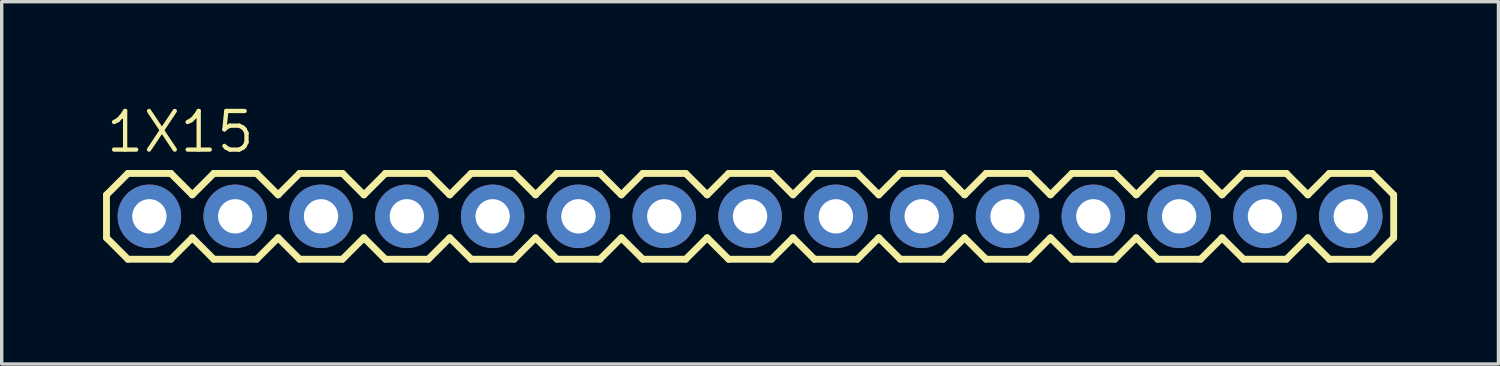
<source format=kicad_pcb>
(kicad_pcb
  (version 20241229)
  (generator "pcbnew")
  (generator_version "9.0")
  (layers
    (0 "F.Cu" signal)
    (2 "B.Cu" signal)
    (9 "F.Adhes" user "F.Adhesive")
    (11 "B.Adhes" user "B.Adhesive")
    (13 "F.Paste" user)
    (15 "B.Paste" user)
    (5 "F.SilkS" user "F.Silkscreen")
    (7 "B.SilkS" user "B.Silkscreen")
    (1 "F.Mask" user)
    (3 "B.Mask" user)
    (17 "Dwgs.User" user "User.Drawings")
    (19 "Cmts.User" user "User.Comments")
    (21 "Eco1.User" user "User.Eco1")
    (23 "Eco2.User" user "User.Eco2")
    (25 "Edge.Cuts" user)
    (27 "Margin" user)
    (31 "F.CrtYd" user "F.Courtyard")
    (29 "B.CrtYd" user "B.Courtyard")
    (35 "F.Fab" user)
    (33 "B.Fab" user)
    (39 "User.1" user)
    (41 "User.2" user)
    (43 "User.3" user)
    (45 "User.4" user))
  (footprint "1X15"
    (layer "F.Cu")
    (at 1.372 3.353)
    (property "Reference" "1X15" (at -1.346 -1.829 0) (unlocked yes) (layer "F.SilkS") (effects (font (size 1.143 1.143) (thickness 0.127)) (justify left bottom)))
    (fp_line (start -1.27 -0.635) (end -1.27 0.635) (stroke (width 0.203) (type solid)) (layer "F.SilkS"))
    (fp_line (start -1.27 0.635) (end -0.635 1.27) (stroke (width 0.203) (type solid)) (layer "F.SilkS"))
    (fp_line (start -0.635 -1.27) (end -1.27 -0.635) (stroke (width 0.203) (type solid)) (layer "F.SilkS"))
    (fp_line (start -0.635 -1.27) (end 0.635 -1.27) (stroke (width 0.203) (type solid)) (layer "F.SilkS"))
    (fp_line (start 0.635 -1.27) (end 1.27 -0.635) (stroke (width 0.203) (type solid)) (layer "F.SilkS"))
    (fp_line (start 0.635 1.27) (end -0.635 1.27) (stroke (width 0.203) (type solid)) (layer "F.SilkS"))
    (fp_line (start 1.27 -0.635) (end 1.905 -1.27) (stroke (width 0.203) (type solid)) (layer "F.SilkS"))
    (fp_line (start 1.27 0.635) (end 0.635 1.27) (stroke (width 0.203) (type solid)) (layer "F.SilkS"))
    (fp_line (start 1.905 -1.27) (end 3.175 -1.27) (stroke (width 0.203) (type solid)) (layer "F.SilkS"))
    (fp_line (start 1.905 1.27) (end 1.27 0.635) (stroke (width 0.203) (type solid)) (layer "F.SilkS"))
    (fp_line (start 3.175 -1.27) (end 3.81 -0.635) (stroke (width 0.203) (type solid)) (layer "F.SilkS"))
    (fp_line (start 3.175 1.27) (end 1.905 1.27) (stroke (width 0.203) (type solid)) (layer "F.SilkS"))
    (fp_line (start 3.81 -0.635) (end 4.445 -1.27) (stroke (width 0.203) (type solid)) (layer "F.SilkS"))
    (fp_line (start 3.81 0.635) (end 3.175 1.27) (stroke (width 0.203) (type solid)) (layer "F.SilkS"))
    (fp_line (start 4.445 -1.27) (end 5.715 -1.27) (stroke (width 0.203) (type solid)) (layer "F.SilkS"))
    (fp_line (start 4.445 1.27) (end 3.81 0.635) (stroke (width 0.203) (type solid)) (layer "F.SilkS"))
    (fp_line (start 5.715 -1.27) (end 6.35 -0.635) (stroke (width 0.203) (type solid)) (layer "F.SilkS"))
    (fp_line (start 5.715 1.27) (end 4.445 1.27) (stroke (width 0.203) (type solid)) (layer "F.SilkS"))
    (fp_line (start 6.35 0.635) (end 5.715 1.27) (stroke (width 0.203) (type solid)) (layer "F.SilkS"))
    (fp_line (start 6.35 0.635) (end 6.985 1.27) (stroke (width 0.203) (type solid)) (layer "F.SilkS"))
    (fp_line (start 6.985 -1.27) (end 6.35 -0.635) (stroke (width 0.203) (type solid)) (layer "F.SilkS"))
    (fp_line (start 6.985 -1.27) (end 8.255 -1.27) (stroke (width 0.203) (type solid)) (layer "F.SilkS"))
    (fp_line (start 8.255 -1.27) (end 8.89 -0.635) (stroke (width 0.203) (type solid)) (layer "F.SilkS"))
    (fp_line (start 8.255 1.27) (end 6.985 1.27) (stroke (width 0.203) (type solid)) (layer "F.SilkS"))
    (fp_line (start 8.89 -0.635) (end 9.525 -1.27) (stroke (width 0.203) (type solid)) (layer "F.SilkS"))
    (fp_line (start 8.89 0.635) (end 8.255 1.27) (stroke (width 0.203) (type solid)) (layer "F.SilkS"))
    (fp_line (start 9.525 -1.27) (end 10.795 -1.27) (stroke (width 0.203) (type solid)) (layer "F.SilkS"))
    (fp_line (start 9.525 1.27) (end 8.89 0.635) (stroke (width 0.203) (type solid)) (layer "F.SilkS"))
    (fp_line (start 10.795 -1.27) (end 11.43 -0.635) (stroke (width 0.203) (type solid)) (layer "F.SilkS"))
    (fp_line (start 10.795 1.27) (end 9.525 1.27) (stroke (width 0.203) (type solid)) (layer "F.SilkS"))
    (fp_line (start 11.43 -0.635) (end 12.065 -1.27) (stroke (width 0.203) (type solid)) (layer "F.SilkS"))
    (fp_line (start 11.43 0.635) (end 10.795 1.27) (stroke (width 0.203) (type solid)) (layer "F.SilkS"))
    (fp_line (start 12.065 -1.27) (end 13.335 -1.27) (stroke (width 0.203) (type solid)) (layer "F.SilkS"))
    (fp_line (start 12.065 1.27) (end 11.43 0.635) (stroke (width 0.203) (type solid)) (layer "F.SilkS"))
    (fp_line (start 13.335 -1.27) (end 13.97 -0.635) (stroke (width 0.203) (type solid)) (layer "F.SilkS"))
    (fp_line (start 13.335 1.27) (end 12.065 1.27) (stroke (width 0.203) (type solid)) (layer "F.SilkS"))
    (fp_line (start 13.97 0.635) (end 13.335 1.27) (stroke (width 0.203) (type solid)) (layer "F.SilkS"))
    (fp_line (start 13.97 0.635) (end 14.605 1.27) (stroke (width 0.203) (type solid)) (layer "F.SilkS"))
    (fp_line (start 14.605 -1.27) (end 13.97 -0.635) (stroke (width 0.203) (type solid)) (layer "F.SilkS"))
    (fp_line (start 14.605 -1.27) (end 15.875 -1.27) (stroke (width 0.203) (type solid)) (layer "F.SilkS"))
    (fp_line (start 15.875 -1.27) (end 16.51 -0.635) (stroke (width 0.203) (type solid)) (layer "F.SilkS"))
    (fp_line (start 15.875 1.27) (end 14.605 1.27) (stroke (width 0.203) (type solid)) (layer "F.SilkS"))
    (fp_line (start 16.51 0.635) (end 15.875 1.27) (stroke (width 0.203) (type solid)) (layer "F.SilkS"))
    (fp_line (start 16.51 0.635) (end 17.145 1.27) (stroke (width 0.203) (type solid)) (layer "F.SilkS"))
    (fp_line (start 17.145 -1.27) (end 16.51 -0.635) (stroke (width 0.203) (type solid)) (layer "F.SilkS"))
    (fp_line (start 17.145 -1.27) (end 18.415 -1.27) (stroke (width 0.203) (type solid)) (layer "F.SilkS"))
    (fp_line (start 18.415 -1.27) (end 19.05 -0.635) (stroke (width 0.203) (type solid)) (layer "F.SilkS"))
    (fp_line (start 18.415 1.27) (end 17.145 1.27) (stroke (width 0.203) (type solid)) (layer "F.SilkS"))
    (fp_line (start 19.05 -0.635) (end 19.685 -1.27) (stroke (width 0.203) (type solid)) (layer "F.SilkS"))
    (fp_line (start 19.05 0.635) (end 18.415 1.27) (stroke (width 0.203) (type solid)) (layer "F.SilkS"))
    (fp_line (start 19.685 -1.27) (end 20.955 -1.27) (stroke (width 0.203) (type solid)) (layer "F.SilkS"))
    (fp_line (start 19.685 1.27) (end 19.05 0.635) (stroke (width 0.203) (type solid)) (layer "F.SilkS"))
    (fp_line (start 20.955 -1.27) (end 21.59 -0.635) (stroke (width 0.203) (type solid)) (layer "F.SilkS"))
    (fp_line (start 20.955 1.27) (end 19.685 1.27) (stroke (width 0.203) (type solid)) (layer "F.SilkS"))
    (fp_line (start 21.59 -0.635) (end 22.225 -1.27) (stroke (width 0.203) (type solid)) (layer "F.SilkS"))
    (fp_line (start 21.59 0.635) (end 20.955 1.27) (stroke (width 0.203) (type solid)) (layer "F.SilkS"))
    (fp_line (start 22.225 -1.27) (end 23.495 -1.27) (stroke (width 0.203) (type solid)) (layer "F.SilkS"))
    (fp_line (start 22.225 1.27) (end 21.59 0.635) (stroke (width 0.203) (type solid)) (layer "F.SilkS"))
    (fp_line (start 23.495 -1.27) (end 24.13 -0.635) (stroke (width 0.203) (type solid)) (layer "F.SilkS"))
    (fp_line (start 23.495 1.27) (end 22.225 1.27) (stroke (width 0.203) (type solid)) (layer "F.SilkS"))
    (fp_line (start 24.13 0.635) (end 23.495 1.27) (stroke (width 0.203) (type solid)) (layer "F.SilkS"))
    (fp_line (start 24.13 0.635) (end 24.765 1.27) (stroke (width 0.203) (type solid)) (layer "F.SilkS"))
    (fp_line (start 24.765 -1.27) (end 24.13 -0.635) (stroke (width 0.203) (type solid)) (layer "F.SilkS"))
    (fp_line (start 24.765 -1.27) (end 26.035 -1.27) (stroke (width 0.203) (type solid)) (layer "F.SilkS"))
    (fp_line (start 26.035 -1.27) (end 26.67 -0.635) (stroke (width 0.203) (type solid)) (layer "F.SilkS"))
    (fp_line (start 26.035 1.27) (end 24.765 1.27) (stroke (width 0.203) (type solid)) (layer "F.SilkS"))
    (fp_line (start 26.67 -0.635) (end 27.305 -1.27) (stroke (width 0.203) (type solid)) (layer "F.SilkS"))
    (fp_line (start 26.67 0.635) (end 26.035 1.27) (stroke (width 0.203) (type solid)) (layer "F.SilkS"))
    (fp_line (start 27.305 -1.27) (end 28.575 -1.27) (stroke (width 0.203) (type solid)) (layer "F.SilkS"))
    (fp_line (start 27.305 1.27) (end 26.67 0.635) (stroke (width 0.203) (type solid)) (layer "F.SilkS"))
    (fp_line (start 28.575 -1.27) (end 29.21 -0.635) (stroke (width 0.203) (type solid)) (layer "F.SilkS"))
    (fp_line (start 28.575 1.27) (end 27.305 1.27) (stroke (width 0.203) (type solid)) (layer "F.SilkS"))
    (fp_line (start 29.21 -0.635) (end 29.845 -1.27) (stroke (width 0.203) (type solid)) (layer "F.SilkS"))
    (fp_line (start 29.21 0.635) (end 28.575 1.27) (stroke (width 0.203) (type solid)) (layer "F.SilkS"))
    (fp_line (start 29.845 -1.27) (end 31.115 -1.27) (stroke (width 0.203) (type solid)) (layer "F.SilkS"))
    (fp_line (start 29.845 1.27) (end 29.21 0.635) (stroke (width 0.203) (type solid)) (layer "F.SilkS"))
    (fp_line (start 31.115 -1.27) (end 31.75 -0.635) (stroke (width 0.203) (type solid)) (layer "F.SilkS"))
    (fp_line (start 31.115 1.27) (end 29.845 1.27) (stroke (width 0.203) (type solid)) (layer "F.SilkS"))
    (fp_line (start 31.75 0.635) (end 31.115 1.27) (stroke (width 0.203) (type solid)) (layer "F.SilkS"))
    (fp_line (start 31.75 0.635) (end 32.385 1.27) (stroke (width 0.203) (type solid)) (layer "F.SilkS"))
    (fp_line (start 32.385 -1.27) (end 31.75 -0.635) (stroke (width 0.203) (type solid)) (layer "F.SilkS"))
    (fp_line (start 32.385 -1.27) (end 33.655 -1.27) (stroke (width 0.203) (type solid)) (layer "F.SilkS"))
    (fp_line (start 33.655 -1.27) (end 34.29 -0.635) (stroke (width 0.203) (type solid)) (layer "F.SilkS"))
    (fp_line (start 33.655 1.27) (end 32.385 1.27) (stroke (width 0.203) (type solid)) (layer "F.SilkS"))
    (fp_line (start 34.29 0.635) (end 33.655 1.27) (stroke (width 0.203) (type solid)) (layer "F.SilkS"))
    (fp_line (start 34.29 0.635) (end 34.925 1.27) (stroke (width 0.203) (type solid)) (layer "F.SilkS"))
    (fp_line (start 34.925 -1.27) (end 34.29 -0.635) (stroke (width 0.203) (type solid)) (layer "F.SilkS"))
    (fp_line (start 34.925 -1.27) (end 36.195 -1.27) (stroke (width 0.203) (type solid)) (layer "F.SilkS"))
    (fp_line (start 36.195 -1.27) (end 36.83 -0.635) (stroke (width 0.203) (type solid)) (layer "F.SilkS"))
    (fp_line (start 36.195 1.27) (end 34.925 1.27) (stroke (width 0.203) (type solid)) (layer "F.SilkS"))
    (fp_line (start 36.83 -0.635) (end 36.83 0.635) (stroke (width 0.203) (type solid)) (layer "F.SilkS"))
    (fp_line (start 36.83 0.635) (end 36.195 1.27) (stroke (width 0.203) (type solid)) (layer "F.SilkS"))
    (fp_poly (pts (xy -0.254 0.254) (xy 0.254 0.254) (xy 0.254 -0.254) (xy -0.254 -0.254)) (stroke (width 0.1) (type default)) (fill no) (layer "F.Fab"))
    (fp_poly (pts (xy 2.286 0.254) (xy 2.794 0.254) (xy 2.794 -0.254) (xy 2.286 -0.254)) (stroke (width 0.1) (type default)) (fill no) (layer "F.Fab"))
    (fp_poly (pts (xy 4.826 0.254) (xy 5.334 0.254) (xy 5.334 -0.254) (xy 4.826 -0.254)) (stroke (width 0.1) (type default)) (fill no) (layer "F.Fab"))
    (fp_poly (pts (xy 7.366 0.254) (xy 7.874 0.254) (xy 7.874 -0.254) (xy 7.366 -0.254)) (stroke (width 0.1) (type default)) (fill no) (layer "F.Fab"))
    (fp_poly (pts (xy 9.906 0.254) (xy 10.414 0.254) (xy 10.414 -0.254) (xy 9.906 -0.254)) (stroke (width 0.1) (type default)) (fill no) (layer "F.Fab"))
    (fp_poly (pts (xy 12.446 0.254) (xy 12.954 0.254) (xy 12.954 -0.254) (xy 12.446 -0.254)) (stroke (width 0.1) (type default)) (fill no) (layer "F.Fab"))
    (fp_poly (pts (xy 14.986 0.254) (xy 15.494 0.254) (xy 15.494 -0.254) (xy 14.986 -0.254)) (stroke (width 0.1) (type default)) (fill no) (layer "F.Fab"))
    (fp_poly (pts (xy 17.526 0.254) (xy 18.034 0.254) (xy 18.034 -0.254) (xy 17.526 -0.254)) (stroke (width 0.1) (type default)) (fill no) (layer "F.Fab"))
    (fp_poly (pts (xy 20.066 0.254) (xy 20.574 0.254) (xy 20.574 -0.254) (xy 20.066 -0.254)) (stroke (width 0.1) (type default)) (fill no) (layer "F.Fab"))
    (fp_poly (pts (xy 22.606 0.254) (xy 23.114 0.254) (xy 23.114 -0.254) (xy 22.606 -0.254)) (stroke (width 0.1) (type default)) (fill no) (layer "F.Fab"))
    (fp_poly (pts (xy 25.146 0.254) (xy 25.654 0.254) (xy 25.654 -0.254) (xy 25.146 -0.254)) (stroke (width 0.1) (type default)) (fill no) (layer "F.Fab"))
    (fp_poly (pts (xy 27.686 0.254) (xy 28.194 0.254) (xy 28.194 -0.254) (xy 27.686 -0.254)) (stroke (width 0.1) (type default)) (fill no) (layer "F.Fab"))
    (fp_poly (pts (xy 30.226 0.254) (xy 30.734 0.254) (xy 30.734 -0.254) (xy 30.226 -0.254)) (stroke (width 0.1) (type default)) (fill no) (layer "F.Fab"))
    (fp_poly (pts (xy 32.766 0.254) (xy 33.274 0.254) (xy 33.274 -0.254) (xy 32.766 -0.254)) (stroke (width 0.1) (type default)) (fill no) (layer "F.Fab"))
    (fp_poly (pts (xy 35.306 0.254) (xy 35.814 0.254) (xy 35.814 -0.254) (xy 35.306 -0.254)) (stroke (width 0.1) (type default)) (fill no) (layer "F.Fab"))
    (pad "1" thru_hole circle (at 0 0 90) (size 1.88 1.88) (drill 1.016) (layers "*.Cu" "*.Mask"))
    (pad "2" thru_hole circle (at 2.54 0 90) (size 1.88 1.88) (drill 1.016) (layers "*.Cu" "*.Mask"))
    (pad "3" thru_hole circle (at 5.08 0 90) (size 1.88 1.88) (drill 1.016) (layers "*.Cu" "*.Mask"))
    (pad "4" thru_hole circle (at 7.62 0 90) (size 1.88 1.88) (drill 1.016) (layers "*.Cu" "*.Mask"))
    (pad "5" thru_hole circle (at 10.16 0 90) (size 1.88 1.88) (drill 1.016) (layers "*.Cu" "*.Mask"))
    (pad "6" thru_hole circle (at 12.7 0 90) (size 1.88 1.88) (drill 1.016) (layers "*.Cu" "*.Mask"))
    (pad "7" thru_hole circle (at 15.24 0 90) (size 1.88 1.88) (drill 1.016) (layers "*.Cu" "*.Mask"))
    (pad "8" thru_hole circle (at 17.78 0 90) (size 1.88 1.88) (drill 1.016) (layers "*.Cu" "*.Mask"))
    (pad "9" thru_hole circle (at 20.32 0 90) (size 1.88 1.88) (drill 1.016) (layers "*.Cu" "*.Mask"))
    (pad "10" thru_hole circle (at 22.86 0 90) (size 1.88 1.88) (drill 1.016) (layers "*.Cu" "*.Mask"))
    (pad "11" thru_hole circle (at 25.4 0 90) (size 1.88 1.88) (drill 1.016) (layers "*.Cu" "*.Mask"))
    (pad "12" thru_hole circle (at 27.94 0 90) (size 1.88 1.88) (drill 1.016) (layers "*.Cu" "*.Mask"))
    (pad "13" thru_hole circle (at 30.48 0 90) (size 1.88 1.88) (drill 1.016) (layers "*.Cu" "*.Mask"))
    (pad "14" thru_hole circle (at 33.02 0 90) (size 1.88 1.88) (drill 1.016) (layers "*.Cu" "*.Mask"))
    (pad "15" thru_hole circle (at 35.56 0 90) (size 1.88 1.88) (drill 1.016) (layers "*.Cu" "*.Mask")))
  (gr_rect
    (start -3 -3)
    (end 41.303 7.724)
    (stroke (width 0.1) (type default))
    (fill no)
    (layer "Edge.Cuts")))
</source>
